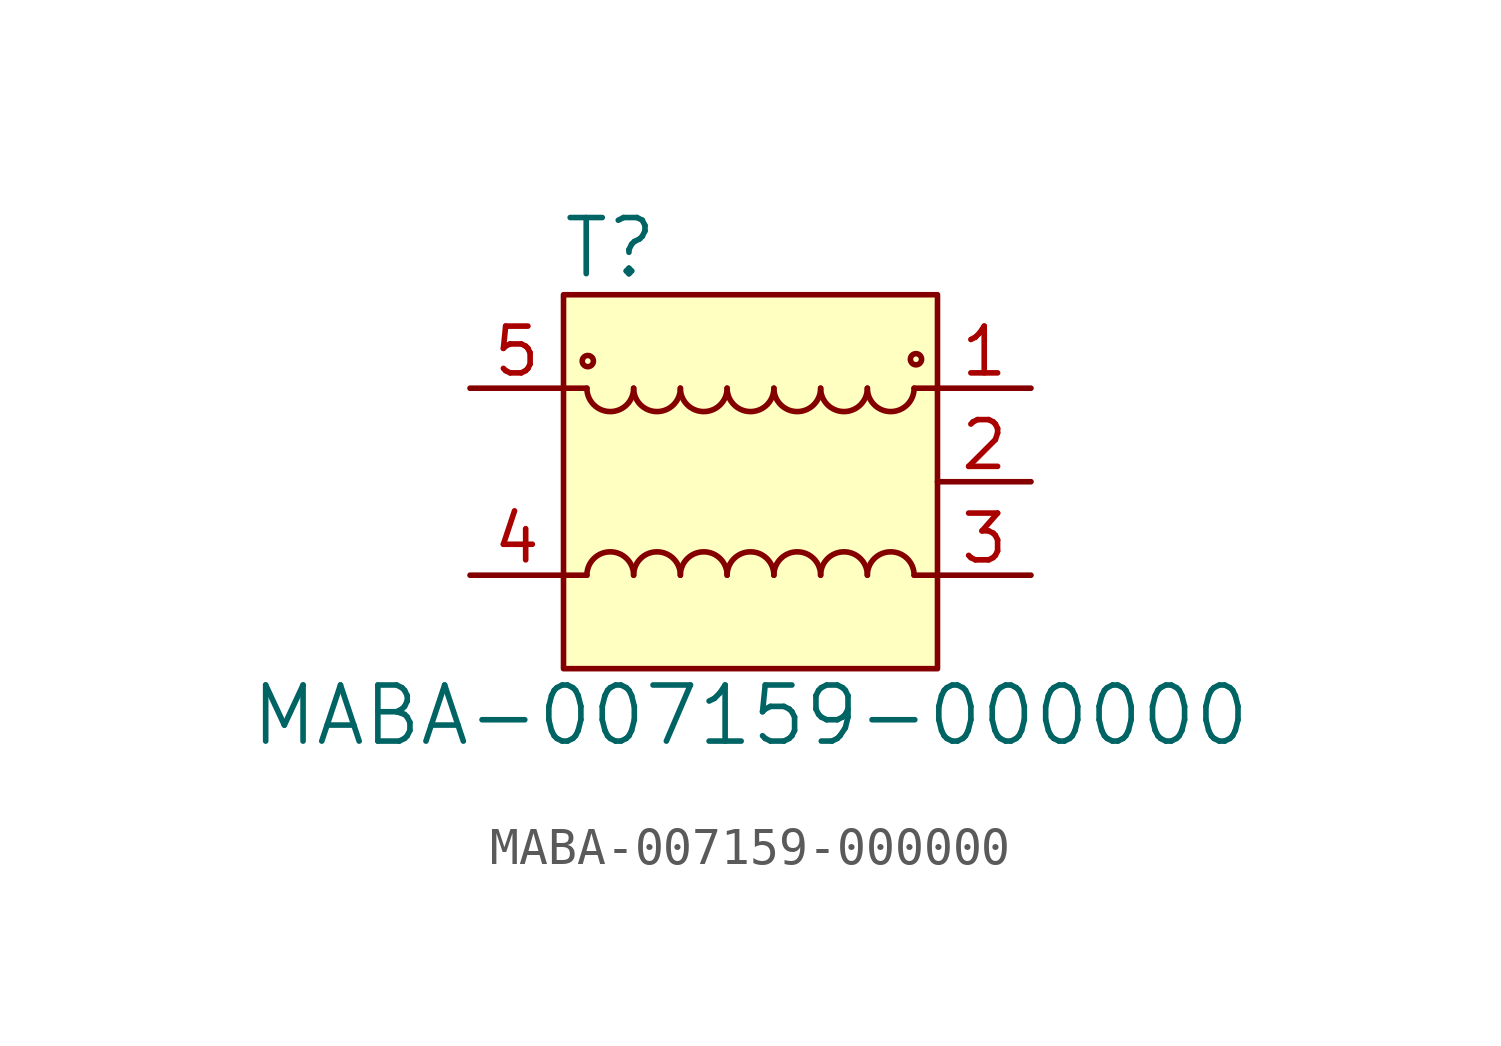
<source format=kicad_sym>
(kicad_symbol_lib
  (version 20220914)
  (generator kicad_symbol_editor)
  (symbol "MABA-007159-000000"
    (pin_names
      (offset 1.016))
    (property "Reference" "T"
      (at -3.81 6.35 0)
      (effects (font (size 1.524 1.524))))
    (property "Value" "MABA-007159-000000"
      (at 0 -6.35 0)
      (effects (font (size 1.524 1.524))))
    (symbol "MABA-007159-000000_0_1"
      (rectangle (start -5.08 5.08) (end 5.08 -5.08) (stroke (width 0) (type default)) (fill (type background)))
      (arc (start -4.445 2.54) (mid -3.81 1.9077) (end -3.175 2.54) (stroke (width 0) (type default)) (fill (type none)))
      (circle (center -4.42 3.277) (radius 0.076) (stroke (width 0) (type default)) (fill (type none)))
      (arc (start -3.175 -2.54) (mid -3.81 -1.9077) (end -4.445 -2.54) (stroke (width 0) (type default)) (fill (type none)))
      (arc (start -3.175 2.54) (mid -2.54 1.9077) (end -1.905 2.54) (stroke (width 0) (type default)) (fill (type none)))
      (arc (start -1.905 -2.54) (mid -2.54 -1.9077) (end -3.175 -2.54) (stroke (width 0) (type default)) (fill (type none)))
      (arc (start -1.905 2.54) (mid -1.27 1.9077) (end -0.635 2.54) (stroke (width 0) (type default)) (fill (type none)))
      (arc (start -0.635 -2.54) (mid -1.27 -1.9077) (end -1.905 -2.54) (stroke (width 0) (type default)) (fill (type none)))
      (arc (start -0.635 2.54) (mid 0 1.9077) (end 0.635 2.54) (stroke (width 0) (type default)) (fill (type none)))
      (polyline (pts (xy -5.08 -2.54) (xy -4.445 -2.54)) (stroke (width 0) (type default)) (fill (type none)))
      (polyline (pts (xy -4.445 2.54) (xy -5.08 2.54)) (stroke (width 0) (type default)) (fill (type none)))
      (polyline (pts (xy 4.445 2.54) (xy 5.08 2.54)) (stroke (width 0) (type default)) (fill (type none)))
      (polyline (pts (xy 5.08 -2.54) (xy 4.445 -2.54)) (stroke (width 0) (type default)) (fill (type none)))
      (arc (start 0.635 -2.54) (mid 0 -1.9077) (end -0.635 -2.54) (stroke (width 0) (type default)) (fill (type none)))
      (arc (start 0.635 2.54) (mid 1.27 1.9077) (end 1.905 2.54) (stroke (width 0) (type default)) (fill (type none)))
      (arc (start 1.905 -2.54) (mid 1.27 -1.9077) (end 0.635 -2.54) (stroke (width 0) (type default)) (fill (type none)))
      (arc (start 1.905 2.54) (mid 2.54 1.9077) (end 3.175 2.54) (stroke (width 0) (type default)) (fill (type none)))
      (arc (start 3.175 -2.54) (mid 2.54 -1.9077) (end 1.905 -2.54) (stroke (width 0) (type default)) (fill (type none)))
      (arc (start 3.175 2.54) (mid 3.81 1.9077) (end 4.445 2.54) (stroke (width 0) (type default)) (fill (type none)))
      (arc (start 4.445 -2.54) (mid 3.81 -1.9077) (end 3.175 -2.54) (stroke (width 0) (type default)) (fill (type none)))
      (circle (center 4.496 3.327) (radius 0.076) (stroke (width 0) (type default)) (fill (type none))))
    (symbol "MABA-007159-000000_1_0"
      (pin unspecified line (at 7.62 0 180) (length 2.54) (name "~" (effects (font (size 1.27 1.27)))) (number "2" (effects (font (size 1.27 1.27))))))
    (symbol "MABA-007159-000000_1_1"
      (pin passive line (at 7.62 2.54 180) (length 2.54) (name "~" (effects (font (size 1.27 1.27)))) (number "1" (effects (font (size 1.27 1.27)))))
      (pin passive line (at 7.62 -2.54 180) (length 2.54) (name "~" (effects (font (size 1.27 1.27)))) (number "3" (effects (font (size 1.27 1.27)))))
      (pin passive line (at -7.62 -2.54 0) (length 2.54) (name "~" (effects (font (size 1.27 1.27)))) (number "4" (effects (font (size 1.27 1.27)))))
      (pin passive line (at -7.62 2.54 0) (length 2.54) (name "~" (effects (font (size 1.27 1.27)))) (number "5" (effects (font (size 1.27 1.27))))))))
</source>
